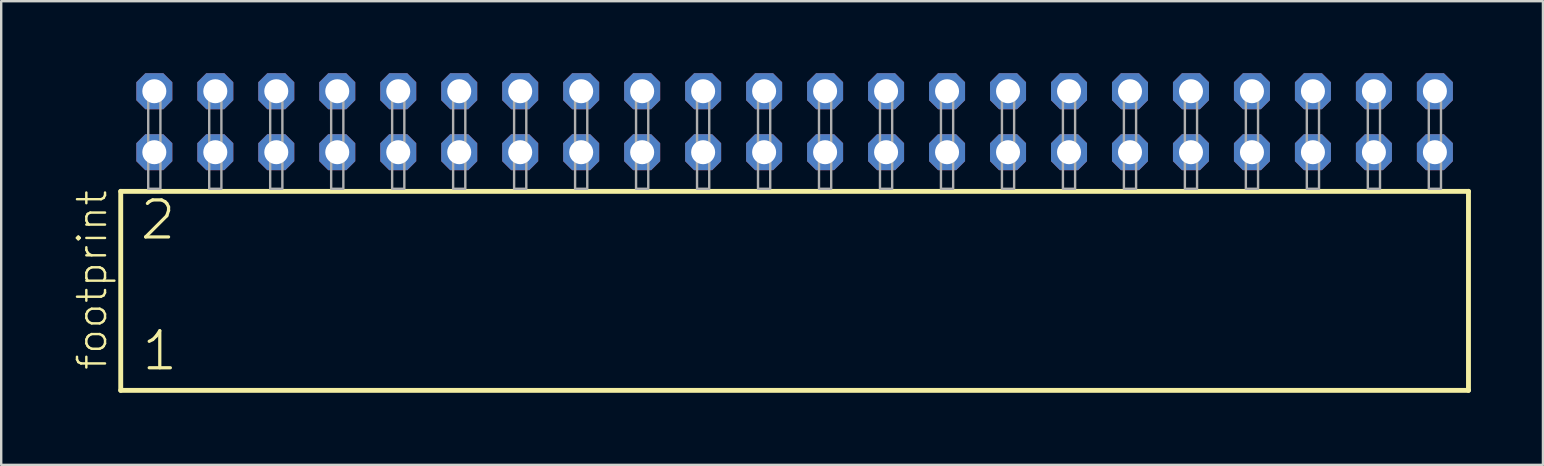
<source format=kicad_pcb>
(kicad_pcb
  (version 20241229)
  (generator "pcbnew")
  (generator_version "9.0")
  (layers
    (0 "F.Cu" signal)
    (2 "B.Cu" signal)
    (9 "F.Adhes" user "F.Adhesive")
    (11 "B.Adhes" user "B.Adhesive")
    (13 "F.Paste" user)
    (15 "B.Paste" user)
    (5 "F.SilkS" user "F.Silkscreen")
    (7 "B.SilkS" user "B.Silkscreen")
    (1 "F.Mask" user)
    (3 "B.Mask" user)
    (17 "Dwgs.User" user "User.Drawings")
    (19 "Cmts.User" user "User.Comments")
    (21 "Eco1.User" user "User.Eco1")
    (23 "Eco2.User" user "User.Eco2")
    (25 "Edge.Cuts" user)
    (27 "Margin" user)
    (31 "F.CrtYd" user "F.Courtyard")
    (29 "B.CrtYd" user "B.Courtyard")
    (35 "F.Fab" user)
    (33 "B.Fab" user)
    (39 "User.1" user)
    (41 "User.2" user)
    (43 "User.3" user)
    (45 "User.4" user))
  (footprint "footprint"
    (layer "F.Cu")
    (at 30.048 4.814)
    (property "Reference" "footprint" (at -28.575 7.62 90) (layer "F.SilkS") (effects (font (size 1.168 1.168) (thickness 0.102)) (justify left bottom)))
    (fp_line (start -28.069 0.106) (end -28.069 8.396) (stroke (width 0.203) (type solid)) (layer "F.SilkS"))
    (fp_line (start -28.069 8.396) (end 28.069 8.396) (stroke (width 0.203) (type solid)) (layer "F.SilkS"))
    (fp_line (start 28.069 0.106) (end -28.069 0.106) (stroke (width 0.203) (type solid)) (layer "F.SilkS"))
    (fp_line (start 28.069 8.396) (end 28.069 0.106) (stroke (width 0.203) (type solid)) (layer "F.SilkS"))
    (fp_poly (pts (xy -26.924 0) (xy -26.416 0) (xy -26.416 -4.318) (xy -26.924 -4.318)) (stroke (width 0.1) (type solid)) (fill no) (layer "F.Fab"))
    (fp_poly (pts (xy -24.384 0) (xy -23.876 0) (xy -23.876 -4.318) (xy -24.384 -4.318)) (stroke (width 0.1) (type solid)) (fill no) (layer "F.Fab"))
    (fp_poly (pts (xy -21.844 0) (xy -21.336 0) (xy -21.336 -4.318) (xy -21.844 -4.318)) (stroke (width 0.1) (type solid)) (fill no) (layer "F.Fab"))
    (fp_poly (pts (xy -19.304 0) (xy -18.796 0) (xy -18.796 -4.318) (xy -19.304 -4.318)) (stroke (width 0.1) (type solid)) (fill no) (layer "F.Fab"))
    (fp_poly (pts (xy -16.764 0) (xy -16.256 0) (xy -16.256 -4.318) (xy -16.764 -4.318)) (stroke (width 0.1) (type solid)) (fill no) (layer "F.Fab"))
    (fp_poly (pts (xy -14.224 0) (xy -13.716 0) (xy -13.716 -4.318) (xy -14.224 -4.318)) (stroke (width 0.1) (type solid)) (fill no) (layer "F.Fab"))
    (fp_poly (pts (xy -11.684 0) (xy -11.176 0) (xy -11.176 -4.318) (xy -11.684 -4.318)) (stroke (width 0.1) (type solid)) (fill no) (layer "F.Fab"))
    (fp_poly (pts (xy -9.144 0) (xy -8.636 0) (xy -8.636 -4.318) (xy -9.144 -4.318)) (stroke (width 0.1) (type solid)) (fill no) (layer "F.Fab"))
    (fp_poly (pts (xy -6.604 0) (xy -6.096 0) (xy -6.096 -4.318) (xy -6.604 -4.318)) (stroke (width 0.1) (type solid)) (fill no) (layer "F.Fab"))
    (fp_poly (pts (xy -4.064 0) (xy -3.556 0) (xy -3.556 -4.318) (xy -4.064 -4.318)) (stroke (width 0.1) (type solid)) (fill no) (layer "F.Fab"))
    (fp_poly (pts (xy -1.524 0) (xy -1.016 0) (xy -1.016 -4.318) (xy -1.524 -4.318)) (stroke (width 0.1) (type solid)) (fill no) (layer "F.Fab"))
    (fp_poly (pts (xy 1.016 0) (xy 1.524 0) (xy 1.524 -4.318) (xy 1.016 -4.318)) (stroke (width 0.1) (type solid)) (fill no) (layer "F.Fab"))
    (fp_poly (pts (xy 3.556 0) (xy 4.064 0) (xy 4.064 -4.318) (xy 3.556 -4.318)) (stroke (width 0.1) (type solid)) (fill no) (layer "F.Fab"))
    (fp_poly (pts (xy 6.096 0) (xy 6.604 0) (xy 6.604 -4.318) (xy 6.096 -4.318)) (stroke (width 0.1) (type solid)) (fill no) (layer "F.Fab"))
    (fp_poly (pts (xy 8.636 0) (xy 9.144 0) (xy 9.144 -4.318) (xy 8.636 -4.318)) (stroke (width 0.1) (type solid)) (fill no) (layer "F.Fab"))
    (fp_poly (pts (xy 11.176 0) (xy 11.684 0) (xy 11.684 -4.318) (xy 11.176 -4.318)) (stroke (width 0.1) (type solid)) (fill no) (layer "F.Fab"))
    (fp_poly (pts (xy 13.716 0) (xy 14.224 0) (xy 14.224 -4.318) (xy 13.716 -4.318)) (stroke (width 0.1) (type solid)) (fill no) (layer "F.Fab"))
    (fp_poly (pts (xy 16.256 0) (xy 16.764 0) (xy 16.764 -4.318) (xy 16.256 -4.318)) (stroke (width 0.1) (type solid)) (fill no) (layer "F.Fab"))
    (fp_poly (pts (xy 18.796 0) (xy 19.304 0) (xy 19.304 -4.318) (xy 18.796 -4.318)) (stroke (width 0.1) (type solid)) (fill no) (layer "F.Fab"))
    (fp_poly (pts (xy 21.336 0) (xy 21.844 0) (xy 21.844 -4.318) (xy 21.336 -4.318)) (stroke (width 0.1) (type solid)) (fill no) (layer "F.Fab"))
    (fp_poly (pts (xy 23.876 0) (xy 24.384 0) (xy 24.384 -4.318) (xy 23.876 -4.318)) (stroke (width 0.1) (type solid)) (fill no) (layer "F.Fab"))
    (fp_poly (pts (xy 26.416 0) (xy 26.924 0) (xy 26.924 -4.318) (xy 26.416 -4.318)) (stroke (width 0.1) (type solid)) (fill no) (layer "F.Fab"))
    (fp_text user "2" (at -27.34 2.2 0) (layer "F.SilkS") (effects (font (size 1.542 1.542) (thickness 0.134)) (justify left bottom)))
    (fp_text user "1" (at -27.265 7.65 0) (layer "F.SilkS") (effects (font (size 1.542 1.542) (thickness 0.134)) (justify left bottom)))
    (pad "1" thru_hole roundrect (at -26.67 -1.524) (size 1.5 1.5) (drill 1) (layers "*.Cu" "*.Mask") (roundrect_rratio 0.25) (chamfer_ratio 0.25) (chamfer top_left top_right bottom_left bottom_right))
    (pad "2" thru_hole roundrect (at -26.67 -4.064) (size 1.5 1.5) (drill 1) (layers "*.Cu" "*.Mask") (roundrect_rratio 0.25) (chamfer_ratio 0.25) (chamfer top_left top_right bottom_left bottom_right))
    (pad "3" thru_hole roundrect (at -24.13 -1.524) (size 1.5 1.5) (drill 1) (layers "*.Cu" "*.Mask") (roundrect_rratio 0.25) (chamfer_ratio 0.25) (chamfer top_left top_right bottom_left bottom_right))
    (pad "4" thru_hole roundrect (at -24.13 -4.064) (size 1.5 1.5) (drill 1) (layers "*.Cu" "*.Mask") (roundrect_rratio 0.25) (chamfer_ratio 0.25) (chamfer top_left top_right bottom_left bottom_right))
    (pad "5" thru_hole roundrect (at -21.59 -1.524) (size 1.5 1.5) (drill 1) (layers "*.Cu" "*.Mask") (roundrect_rratio 0.25) (chamfer_ratio 0.25) (chamfer top_left top_right bottom_left bottom_right))
    (pad "6" thru_hole roundrect (at -21.59 -4.064) (size 1.5 1.5) (drill 1) (layers "*.Cu" "*.Mask") (roundrect_rratio 0.25) (chamfer_ratio 0.25) (chamfer top_left top_right bottom_left bottom_right))
    (pad "7" thru_hole roundrect (at -19.05 -1.524) (size 1.5 1.5) (drill 1) (layers "*.Cu" "*.Mask") (roundrect_rratio 0.25) (chamfer_ratio 0.25) (chamfer top_left top_right bottom_left bottom_right))
    (pad "8" thru_hole roundrect (at -19.05 -4.064) (size 1.5 1.5) (drill 1) (layers "*.Cu" "*.Mask") (roundrect_rratio 0.25) (chamfer_ratio 0.25) (chamfer top_left top_right bottom_left bottom_right))
    (pad "9" thru_hole roundrect (at -16.51 -1.524) (size 1.5 1.5) (drill 1) (layers "*.Cu" "*.Mask") (roundrect_rratio 0.25) (chamfer_ratio 0.25) (chamfer top_left top_right bottom_left bottom_right))
    (pad "10" thru_hole roundrect (at -16.51 -4.064) (size 1.5 1.5) (drill 1) (layers "*.Cu" "*.Mask") (roundrect_rratio 0.25) (chamfer_ratio 0.25) (chamfer top_left top_right bottom_left bottom_right))
    (pad "11" thru_hole roundrect (at -13.97 -1.524) (size 1.5 1.5) (drill 1) (layers "*.Cu" "*.Mask") (roundrect_rratio 0.25) (chamfer_ratio 0.25) (chamfer top_left top_right bottom_left bottom_right))
    (pad "12" thru_hole roundrect (at -13.97 -4.064) (size 1.5 1.5) (drill 1) (layers "*.Cu" "*.Mask") (roundrect_rratio 0.25) (chamfer_ratio 0.25) (chamfer top_left top_right bottom_left bottom_right))
    (pad "13" thru_hole roundrect (at -11.43 -1.524) (size 1.5 1.5) (drill 1) (layers "*.Cu" "*.Mask") (roundrect_rratio 0.25) (chamfer_ratio 0.25) (chamfer top_left top_right bottom_left bottom_right))
    (pad "14" thru_hole roundrect (at -11.43 -4.064) (size 1.5 1.5) (drill 1) (layers "*.Cu" "*.Mask") (roundrect_rratio 0.25) (chamfer_ratio 0.25) (chamfer top_left top_right bottom_left bottom_right))
    (pad "15" thru_hole roundrect (at -8.89 -1.524) (size 1.5 1.5) (drill 1) (layers "*.Cu" "*.Mask") (roundrect_rratio 0.25) (chamfer_ratio 0.25) (chamfer top_left top_right bottom_left bottom_right))
    (pad "16" thru_hole roundrect (at -8.89 -4.064) (size 1.5 1.5) (drill 1) (layers "*.Cu" "*.Mask") (roundrect_rratio 0.25) (chamfer_ratio 0.25) (chamfer top_left top_right bottom_left bottom_right))
    (pad "17" thru_hole roundrect (at -6.35 -1.524) (size 1.5 1.5) (drill 1) (layers "*.Cu" "*.Mask") (roundrect_rratio 0.25) (chamfer_ratio 0.25) (chamfer top_left top_right bottom_left bottom_right))
    (pad "18" thru_hole roundrect (at -6.35 -4.064) (size 1.5 1.5) (drill 1) (layers "*.Cu" "*.Mask") (roundrect_rratio 0.25) (chamfer_ratio 0.25) (chamfer top_left top_right bottom_left bottom_right))
    (pad "19" thru_hole roundrect (at -3.81 -1.524) (size 1.5 1.5) (drill 1) (layers "*.Cu" "*.Mask") (roundrect_rratio 0.25) (chamfer_ratio 0.25) (chamfer top_left top_right bottom_left bottom_right))
    (pad "20" thru_hole roundrect (at -3.81 -4.064) (size 1.5 1.5) (drill 1) (layers "*.Cu" "*.Mask") (roundrect_rratio 0.25) (chamfer_ratio 0.25) (chamfer top_left top_right bottom_left bottom_right))
    (pad "21" thru_hole roundrect (at -1.27 -1.524) (size 1.5 1.5) (drill 1) (layers "*.Cu" "*.Mask") (roundrect_rratio 0.25) (chamfer_ratio 0.25) (chamfer top_left top_right bottom_left bottom_right))
    (pad "22" thru_hole roundrect (at -1.27 -4.064) (size 1.5 1.5) (drill 1) (layers "*.Cu" "*.Mask") (roundrect_rratio 0.25) (chamfer_ratio 0.25) (chamfer top_left top_right bottom_left bottom_right))
    (pad "23" thru_hole roundrect (at 1.27 -1.524) (size 1.5 1.5) (drill 1) (layers "*.Cu" "*.Mask") (roundrect_rratio 0.25) (chamfer_ratio 0.25) (chamfer top_left top_right bottom_left bottom_right))
    (pad "24" thru_hole roundrect (at 1.27 -4.064) (size 1.5 1.5) (drill 1) (layers "*.Cu" "*.Mask") (roundrect_rratio 0.25) (chamfer_ratio 0.25) (chamfer top_left top_right bottom_left bottom_right))
    (pad "25" thru_hole roundrect (at 3.81 -1.524) (size 1.5 1.5) (drill 1) (layers "*.Cu" "*.Mask") (roundrect_rratio 0.25) (chamfer_ratio 0.25) (chamfer top_left top_right bottom_left bottom_right))
    (pad "26" thru_hole roundrect (at 3.81 -4.064) (size 1.5 1.5) (drill 1) (layers "*.Cu" "*.Mask") (roundrect_rratio 0.25) (chamfer_ratio 0.25) (chamfer top_left top_right bottom_left bottom_right))
    (pad "27" thru_hole roundrect (at 6.35 -1.524) (size 1.5 1.5) (drill 1) (layers "*.Cu" "*.Mask") (roundrect_rratio 0.25) (chamfer_ratio 0.25) (chamfer top_left top_right bottom_left bottom_right))
    (pad "28" thru_hole roundrect (at 6.35 -4.064) (size 1.5 1.5) (drill 1) (layers "*.Cu" "*.Mask") (roundrect_rratio 0.25) (chamfer_ratio 0.25) (chamfer top_left top_right bottom_left bottom_right))
    (pad "29" thru_hole roundrect (at 8.89 -1.524) (size 1.5 1.5) (drill 1) (layers "*.Cu" "*.Mask") (roundrect_rratio 0.25) (chamfer_ratio 0.25) (chamfer top_left top_right bottom_left bottom_right))
    (pad "30" thru_hole roundrect (at 8.89 -4.064) (size 1.5 1.5) (drill 1) (layers "*.Cu" "*.Mask") (roundrect_rratio 0.25) (chamfer_ratio 0.25) (chamfer top_left top_right bottom_left bottom_right))
    (pad "31" thru_hole roundrect (at 11.43 -1.524) (size 1.5 1.5) (drill 1) (layers "*.Cu" "*.Mask") (roundrect_rratio 0.25) (chamfer_ratio 0.25) (chamfer top_left top_right bottom_left bottom_right))
    (pad "32" thru_hole roundrect (at 11.43 -4.064) (size 1.5 1.5) (drill 1) (layers "*.Cu" "*.Mask") (roundrect_rratio 0.25) (chamfer_ratio 0.25) (chamfer top_left top_right bottom_left bottom_right))
    (pad "33" thru_hole roundrect (at 13.97 -1.524) (size 1.5 1.5) (drill 1) (layers "*.Cu" "*.Mask") (roundrect_rratio 0.25) (chamfer_ratio 0.25) (chamfer top_left top_right bottom_left bottom_right))
    (pad "34" thru_hole roundrect (at 13.97 -4.064) (size 1.5 1.5) (drill 1) (layers "*.Cu" "*.Mask") (roundrect_rratio 0.25) (chamfer_ratio 0.25) (chamfer top_left top_right bottom_left bottom_right))
    (pad "35" thru_hole roundrect (at 16.51 -1.524) (size 1.5 1.5) (drill 1) (layers "*.Cu" "*.Mask") (roundrect_rratio 0.25) (chamfer_ratio 0.25) (chamfer top_left top_right bottom_left bottom_right))
    (pad "36" thru_hole roundrect (at 16.51 -4.064) (size 1.5 1.5) (drill 1) (layers "*.Cu" "*.Mask") (roundrect_rratio 0.25) (chamfer_ratio 0.25) (chamfer top_left top_right bottom_left bottom_right))
    (pad "37" thru_hole roundrect (at 19.05 -1.524) (size 1.5 1.5) (drill 1) (layers "*.Cu" "*.Mask") (roundrect_rratio 0.25) (chamfer_ratio 0.25) (chamfer top_left top_right bottom_left bottom_right))
    (pad "38" thru_hole roundrect (at 19.05 -4.064) (size 1.5 1.5) (drill 1) (layers "*.Cu" "*.Mask") (roundrect_rratio 0.25) (chamfer_ratio 0.25) (chamfer top_left top_right bottom_left bottom_right))
    (pad "39" thru_hole roundrect (at 21.59 -1.524) (size 1.5 1.5) (drill 1) (layers "*.Cu" "*.Mask") (roundrect_rratio 0.25) (chamfer_ratio 0.25) (chamfer top_left top_right bottom_left bottom_right))
    (pad "40" thru_hole roundrect (at 21.59 -4.064) (size 1.5 1.5) (drill 1) (layers "*.Cu" "*.Mask") (roundrect_rratio 0.25) (chamfer_ratio 0.25) (chamfer top_left top_right bottom_left bottom_right))
    (pad "41" thru_hole roundrect (at 24.13 -1.524) (size 1.5 1.5) (drill 1) (layers "*.Cu" "*.Mask") (roundrect_rratio 0.25) (chamfer_ratio 0.25) (chamfer top_left top_right bottom_left bottom_right))
    (pad "42" thru_hole roundrect (at 24.13 -4.064) (size 1.5 1.5) (drill 1) (layers "*.Cu" "*.Mask") (roundrect_rratio 0.25) (chamfer_ratio 0.25) (chamfer top_left top_right bottom_left bottom_right))
    (pad "43" thru_hole roundrect (at 26.67 -1.524) (size 1.5 1.5) (drill 1) (layers "*.Cu" "*.Mask") (roundrect_rratio 0.25) (chamfer_ratio 0.25) (chamfer top_left top_right bottom_left bottom_right))
    (pad "44" thru_hole roundrect (at 26.67 -4.064) (size 1.5 1.5) (drill 1) (layers "*.Cu" "*.Mask") (roundrect_rratio 0.25) (chamfer_ratio 0.25) (chamfer top_left top_right bottom_left bottom_right)))
  (gr_rect
    (start -3 -3)
    (end 61.219 16.312)
    (stroke (width 0.1) (type default))
    (fill no)
    (layer "Edge.Cuts")))
</source>
